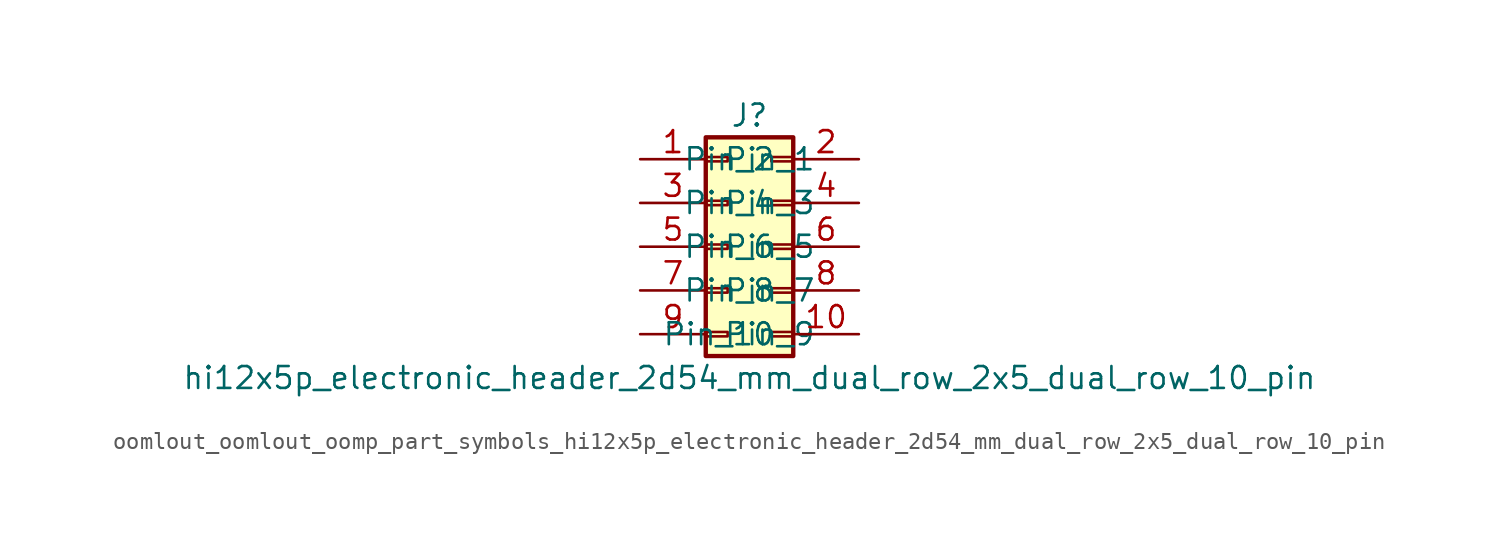
<source format=kicad_sym>
(kicad_symbol_lib
  (version 20220914)
  (generator kicad_symbol_editor)
  (symbol "oomlout_oomlout_oomp_part_symbols_hi12x5p_electronic_header_2d54_mm_dual_row_2x5_dual_row_10_pin"
    (pin_names
      (offset 1.016))
    (property "Reference" "J"
      (at 1.27 7.62 0)
      (effects (font (size 1.27 1.27))))
    (property "Value" "hi12x5p_electronic_header_2d54_mm_dual_row_2x5_dual_row_10_pin"
      (at 1.27 -7.62 0)
      (effects (font (size 1.27 1.27))))
    (symbol "oomlout_oomlout_oomp_part_symbols_hi12x5p_electronic_header_2d54_mm_dual_row_2x5_dual_row_10_pin_1_1"
      (rectangle (start -1.27 -4.953) (end 0 -5.207) (stroke (width 0.152) (type default)) (fill (type none)))
      (rectangle (start -1.27 -2.413) (end 0 -2.667) (stroke (width 0.152) (type default)) (fill (type none)))
      (rectangle (start -1.27 0.127) (end 0 -0.127) (stroke (width 0.152) (type default)) (fill (type none)))
      (rectangle (start -1.27 2.667) (end 0 2.413) (stroke (width 0.152) (type default)) (fill (type none)))
      (rectangle (start -1.27 5.207) (end 0 4.953) (stroke (width 0.152) (type default)) (fill (type none)))
      (rectangle (start -1.27 6.35) (end 3.81 -6.35) (stroke (width 0.254) (type default)) (fill (type background)))
      (rectangle (start 3.81 -4.953) (end 2.54 -5.207) (stroke (width 0.152) (type default)) (fill (type none)))
      (rectangle (start 3.81 -2.413) (end 2.54 -2.667) (stroke (width 0.152) (type default)) (fill (type none)))
      (rectangle (start 3.81 0.127) (end 2.54 -0.127) (stroke (width 0.152) (type default)) (fill (type none)))
      (rectangle (start 3.81 2.667) (end 2.54 2.413) (stroke (width 0.152) (type default)) (fill (type none)))
      (rectangle (start 3.81 5.207) (end 2.54 4.953) (stroke (width 0.152) (type default)) (fill (type none)))
      (pin passive line (at -5.08 5.08 0) (length 3.81) (name "Pin_1" (effects (font (size 1.27 1.27)))) (number "1" (effects (font (size 1.27 1.27)))))
      (pin passive line (at 7.62 -5.08 180) (length 3.81) (name "Pin_10" (effects (font (size 1.27 1.27)))) (number "10" (effects (font (size 1.27 1.27)))))
      (pin passive line (at 7.62 5.08 180) (length 3.81) (name "Pin_2" (effects (font (size 1.27 1.27)))) (number "2" (effects (font (size 1.27 1.27)))))
      (pin passive line (at -5.08 2.54 0) (length 3.81) (name "Pin_3" (effects (font (size 1.27 1.27)))) (number "3" (effects (font (size 1.27 1.27)))))
      (pin passive line (at 7.62 2.54 180) (length 3.81) (name "Pin_4" (effects (font (size 1.27 1.27)))) (number "4" (effects (font (size 1.27 1.27)))))
      (pin passive line (at -5.08 0 0) (length 3.81) (name "Pin_5" (effects (font (size 1.27 1.27)))) (number "5" (effects (font (size 1.27 1.27)))))
      (pin passive line (at 7.62 0 180) (length 3.81) (name "Pin_6" (effects (font (size 1.27 1.27)))) (number "6" (effects (font (size 1.27 1.27)))))
      (pin passive line (at -5.08 -2.54 0) (length 3.81) (name "Pin_7" (effects (font (size 1.27 1.27)))) (number "7" (effects (font (size 1.27 1.27)))))
      (pin passive line (at 7.62 -2.54 180) (length 3.81) (name "Pin_8" (effects (font (size 1.27 1.27)))) (number "8" (effects (font (size 1.27 1.27)))))
      (pin passive line (at -5.08 -5.08 0) (length 3.81) (name "Pin_9" (effects (font (size 1.27 1.27)))) (number "9" (effects (font (size 1.27 1.27))))))))
</source>
